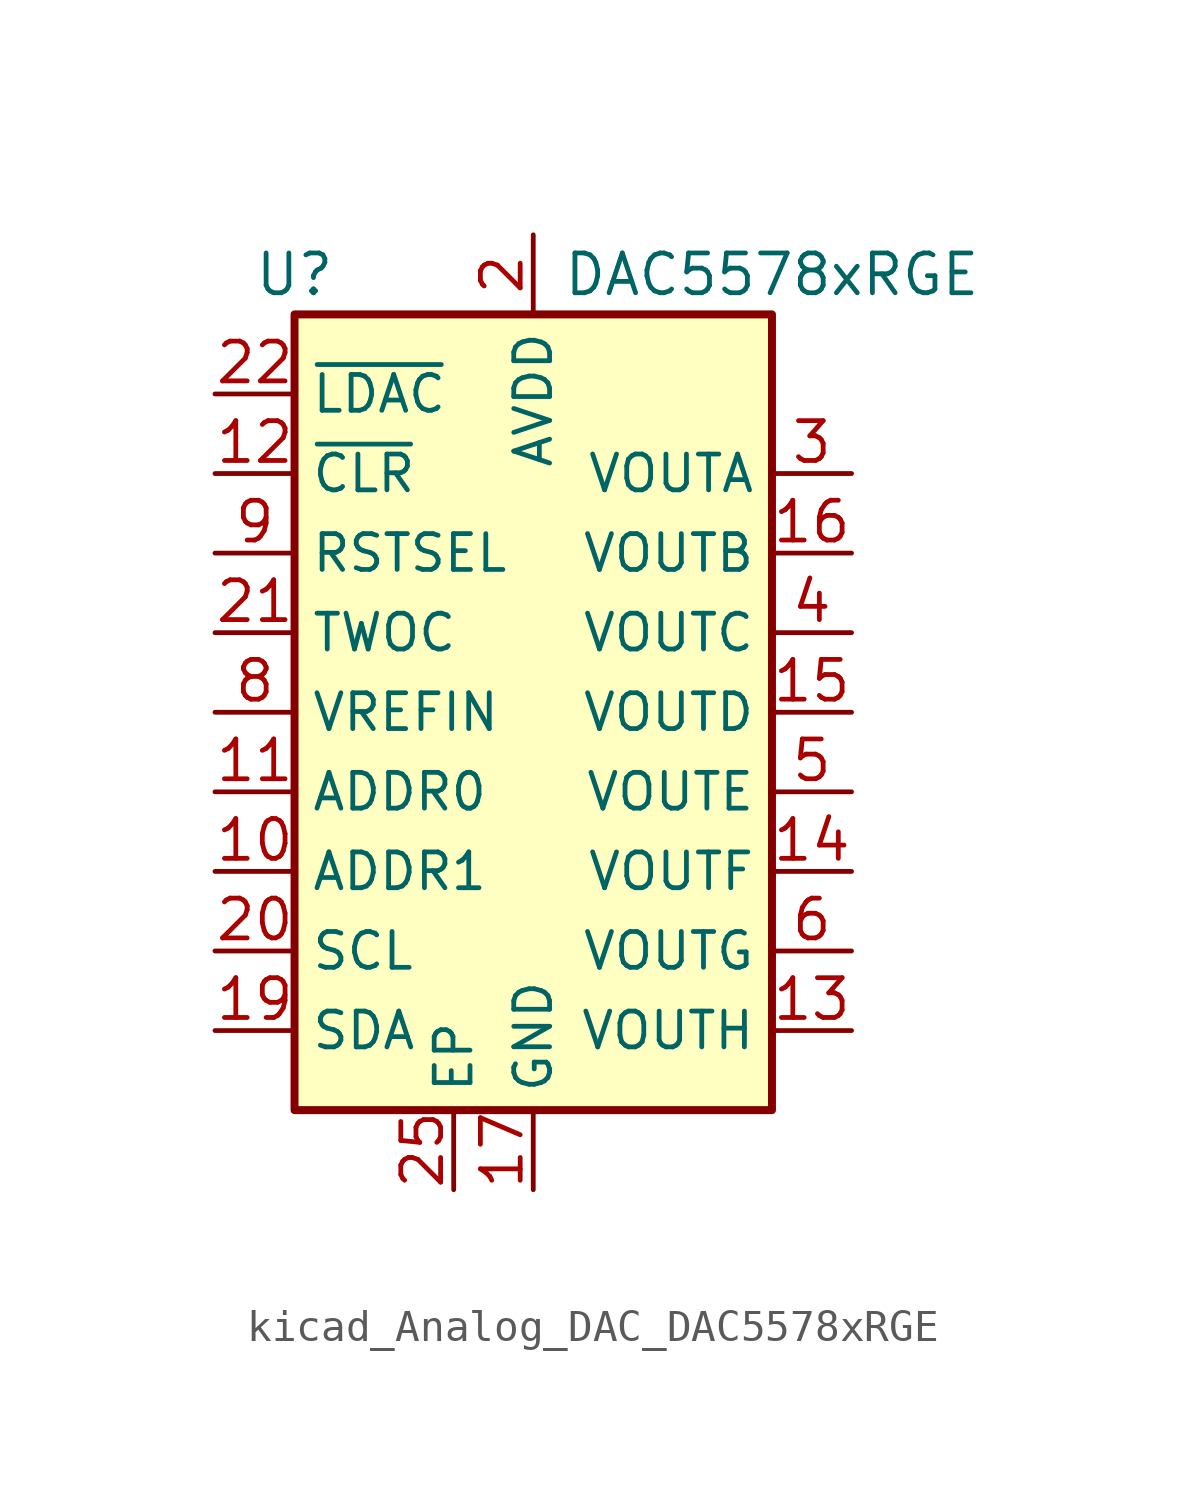
<source format=kicad_sym>
(kicad_symbol_lib
  (version 20220914)
  (generator kicad_symbol_editor)
  (symbol "kicad_Analog_DAC_DAC5578xRGE"
    (property "Reference" "U"
      (at -7.62 13.97 0)
      (effects (font (size 1.27 1.27))))
    (property "Value" "DAC5578xRGE"
      (at 7.62 13.97 0)
      (effects (font (size 1.27 1.27))))
    (symbol "kicad_Analog_DAC_DAC5578xRGE_0_1"
      (rectangle (start -7.62 12.7) (end 7.62 -12.7) (stroke (width 0.254) (type default)) (fill (type background))))
    (symbol "kicad_Analog_DAC_DAC5578xRGE_1_1"
      (pin no_connect line (at 7.62 10.16 180) (length 2.54) hide (name "NC" (effects (font (size 1.143 1.143)))) (number "1" (effects (font (size 1.27 1.27)))))
      (pin input line (at -10.16 -5.08 0) (length 2.54) (name "ADDR1" (effects (font (size 1.143 1.143)))) (number "10" (effects (font (size 1.27 1.27)))))
      (pin input line (at -10.16 -2.54 0) (length 2.54) (name "ADDR0" (effects (font (size 1.143 1.143)))) (number "11" (effects (font (size 1.27 1.27)))))
      (pin input line (at -10.16 7.62 0) (length 2.54) (name "~{CLR}" (effects (font (size 1.143 1.143)))) (number "12" (effects (font (size 1.27 1.27)))))
      (pin output line (at 10.16 -10.16 180) (length 2.54) (name "VOUTH" (effects (font (size 1.143 1.143)))) (number "13" (effects (font (size 1.27 1.27)))))
      (pin output line (at 10.16 -5.08 180) (length 2.54) (name "VOUTF" (effects (font (size 1.143 1.143)))) (number "14" (effects (font (size 1.27 1.27)))))
      (pin output line (at 10.16 0 180) (length 2.54) (name "VOUTD" (effects (font (size 1.143 1.143)))) (number "15" (effects (font (size 1.27 1.27)))))
      (pin output line (at 10.16 5.08 180) (length 2.54) (name "VOUTB" (effects (font (size 1.143 1.143)))) (number "16" (effects (font (size 1.27 1.27)))))
      (pin power_in line (at 0 -15.24 90) (length 2.54) (name "GND" (effects (font (size 1.143 1.143)))) (number "17" (effects (font (size 1.27 1.27)))))
      (pin no_connect line (at 7.62 12.7 180) (length 2.54) hide (name "NC" (effects (font (size 1.143 1.143)))) (number "18" (effects (font (size 1.27 1.27)))))
      (pin bidirectional line (at -10.16 -10.16 0) (length 2.54) (name "SDA" (effects (font (size 1.143 1.143)))) (number "19" (effects (font (size 1.27 1.27)))))
      (pin power_in line (at 0 15.24 270) (length 2.54) (name "AVDD" (effects (font (size 1.143 1.143)))) (number "2" (effects (font (size 1.27 1.27)))))
      (pin input line (at -10.16 -7.62 0) (length 2.54) (name "SCL" (effects (font (size 1.143 1.143)))) (number "20" (effects (font (size 1.27 1.27)))))
      (pin input line (at -10.16 2.54 0) (length 2.54) (name "TWOC" (effects (font (size 1.143 1.143)))) (number "21" (effects (font (size 1.27 1.27)))))
      (pin input line (at -10.16 10.16 0) (length 2.54) (name "~{LDAC}" (effects (font (size 1.143 1.143)))) (number "22" (effects (font (size 1.27 1.27)))))
      (pin no_connect line (at 5.08 12.7 180) (length 2.54) hide (name "NC" (effects (font (size 1.143 1.143)))) (number "23" (effects (font (size 1.27 1.27)))))
      (pin no_connect line (at 2.54 10.16 180) (length 2.54) hide (name "NC" (effects (font (size 1.143 1.143)))) (number "24" (effects (font (size 1.27 1.27)))))
      (pin passive line (at -2.54 -15.24 90) (length 2.54) (name "EP" (effects (font (size 1.143 1.143)))) (number "25" (effects (font (size 1.27 1.27)))))
      (pin output line (at 10.16 7.62 180) (length 2.54) (name "VOUTA" (effects (font (size 1.143 1.143)))) (number "3" (effects (font (size 1.27 1.27)))))
      (pin output line (at 10.16 2.54 180) (length 2.54) (name "VOUTC" (effects (font (size 1.143 1.143)))) (number "4" (effects (font (size 1.27 1.27)))))
      (pin output line (at 10.16 -2.54 180) (length 2.54) (name "VOUTE" (effects (font (size 1.143 1.143)))) (number "5" (effects (font (size 1.27 1.27)))))
      (pin output line (at 10.16 -7.62 180) (length 2.54) (name "VOUTG" (effects (font (size 1.143 1.143)))) (number "6" (effects (font (size 1.27 1.27)))))
      (pin no_connect line (at 5.08 10.16 180) (length 2.54) hide (name "NC" (effects (font (size 1.143 1.143)))) (number "7" (effects (font (size 1.27 1.27)))))
      (pin input line (at -10.16 0 0) (length 2.54) (name "VREFIN" (effects (font (size 1.143 1.143)))) (number "8" (effects (font (size 1.27 1.27)))))
      (pin input line (at -10.16 5.08 0) (length 2.54) (name "RSTSEL" (effects (font (size 1.143 1.143)))) (number "9" (effects (font (size 1.27 1.27))))))))
</source>
